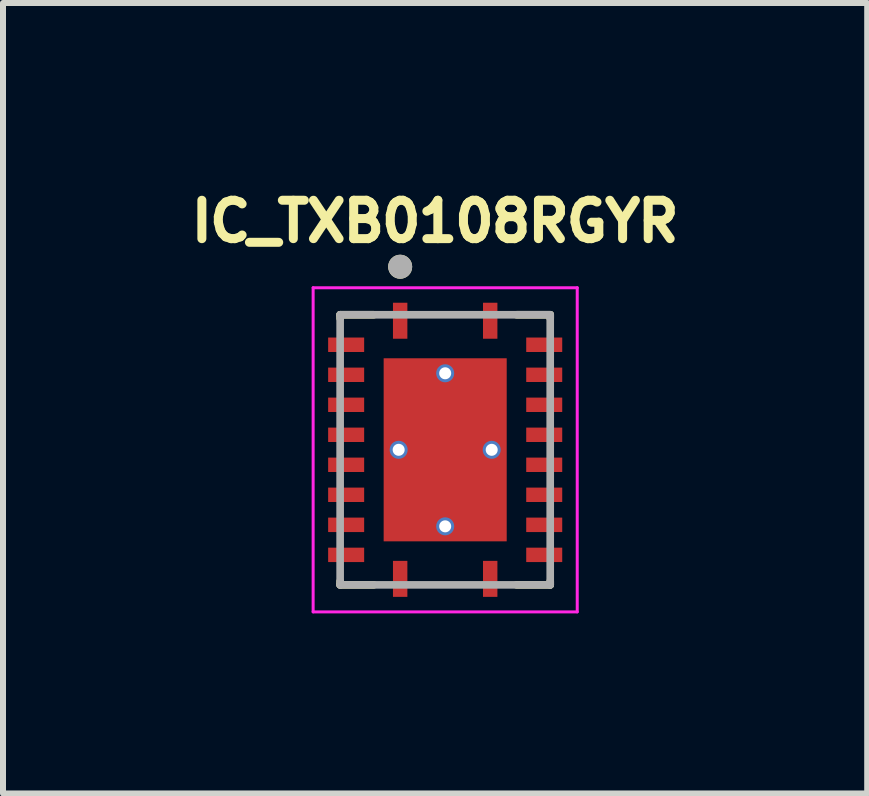
<source format=kicad_pcb>
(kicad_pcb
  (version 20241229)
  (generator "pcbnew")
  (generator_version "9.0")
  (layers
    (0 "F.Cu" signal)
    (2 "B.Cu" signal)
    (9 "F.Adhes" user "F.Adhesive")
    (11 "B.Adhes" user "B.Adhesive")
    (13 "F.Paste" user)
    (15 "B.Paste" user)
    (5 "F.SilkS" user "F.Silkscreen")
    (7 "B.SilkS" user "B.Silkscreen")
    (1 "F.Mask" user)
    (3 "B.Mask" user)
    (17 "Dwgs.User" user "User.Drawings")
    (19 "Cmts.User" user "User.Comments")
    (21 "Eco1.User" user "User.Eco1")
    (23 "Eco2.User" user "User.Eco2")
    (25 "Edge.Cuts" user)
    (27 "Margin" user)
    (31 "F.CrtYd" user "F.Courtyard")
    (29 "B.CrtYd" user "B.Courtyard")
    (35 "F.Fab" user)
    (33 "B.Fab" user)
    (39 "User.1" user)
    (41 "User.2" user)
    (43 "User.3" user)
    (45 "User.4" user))
  (footprint "IC_TXB0108RGYR"
    (layer "F.Cu")
    (at 4.367 4.444)
    (property "Reference" "IC_TXB0108RGYR" (at -0.168 -3.806 0) (layer "F.SilkS") (effects (font (size 0.64 0.64) (thickness 0.15))))
    (attr through_hole)
    (fp_line (start -1.75 -2.19) (end -1.75 -2.25) (stroke (width 0.127) (type solid)) (layer "F.SilkS"))
    (fp_line (start -1.75 2.25) (end -1.75 2.19) (stroke (width 0.127) (type solid)) (layer "F.SilkS"))
    (fp_line (start -1.19 -2.25) (end -1.75 -2.25) (stroke (width 0.127) (type solid)) (layer "F.SilkS"))
    (fp_line (start -1.19 2.25) (end -1.75 2.25) (stroke (width 0.127) (type solid)) (layer "F.SilkS"))
    (fp_line (start 1.75 -2.25) (end 1.19 -2.25) (stroke (width 0.127) (type solid)) (layer "F.SilkS"))
    (fp_line (start 1.75 -2.19) (end 1.75 -2.25) (stroke (width 0.127) (type solid)) (layer "F.SilkS"))
    (fp_line (start 1.75 2.25) (end 1.19 2.25) (stroke (width 0.127) (type solid)) (layer "F.SilkS"))
    (fp_line (start 1.75 2.25) (end 1.75 2.19) (stroke (width 0.127) (type solid)) (layer "F.SilkS"))
    (fp_circle (center -0.75 -3.05) (end -0.65 -3.05) (stroke (width 0.2) (type solid)) (fill no) (layer "F.SilkS"))
    (fp_poly (pts (xy -1.02 -1.435) (xy -0.1 -1.435) (xy -0.1 -0.105) (xy -1.02 -0.105)) (stroke (width 0.01) (type solid)) (fill yes) (layer "F.Paste"))
    (fp_poly (pts (xy -1.02 0.105) (xy -0.1 0.105) (xy -0.1 1.435) (xy -1.02 1.435)) (stroke (width 0.01) (type solid)) (fill yes) (layer "F.Paste"))
    (fp_poly (pts (xy 0.1 -1.435) (xy 1.02 -1.435) (xy 1.02 -0.105) (xy 0.1 -0.105)) (stroke (width 0.01) (type solid)) (fill yes) (layer "F.Paste"))
    (fp_poly (pts (xy 0.1 0.105) (xy 1.02 0.105) (xy 1.02 1.435) (xy 0.1 1.435)) (stroke (width 0.01) (type solid)) (fill yes) (layer "F.Paste"))
    (fp_line (start -2.2 -2.7) (end -2.2 2.7) (stroke (width 0.05) (type solid)) (layer "F.CrtYd"))
    (fp_line (start -2.2 2.7) (end 2.2 2.7) (stroke (width 0.05) (type solid)) (layer "F.CrtYd"))
    (fp_line (start 2.2 -2.7) (end -2.2 -2.7) (stroke (width 0.05) (type solid)) (layer "F.CrtYd"))
    (fp_line (start 2.2 2.7) (end 2.2 -2.7) (stroke (width 0.05) (type solid)) (layer "F.CrtYd"))
    (fp_line (start -1.75 2.25) (end -1.75 -2.25) (stroke (width 0.127) (type solid)) (layer "F.Fab"))
    (fp_line (start 1.75 -2.25) (end -1.75 -2.25) (stroke (width 0.127) (type solid)) (layer "F.Fab"))
    (fp_line (start 1.75 2.25) (end -1.75 2.25) (stroke (width 0.127) (type solid)) (layer "F.Fab"))
    (fp_line (start 1.75 2.25) (end 1.75 -2.25) (stroke (width 0.127) (type solid)) (layer "F.Fab"))
    (fp_circle (center -0.75 -3.05) (end -0.65 -3.05) (stroke (width 0.2) (type solid)) (fill no) (layer "F.Fab"))
    (pad "1" smd roundrect (at -0.75 -2.15) (size 0.24 0.6) (layers "F.Cu" "F.Mask" "F.Paste") (roundrect_rratio 0.01))
    (pad "2" smd roundrect (at -1.65 -1.75) (size 0.6 0.24) (layers "F.Cu" "F.Mask" "F.Paste") (roundrect_rratio 0.01))
    (pad "3" smd roundrect (at -1.65 -1.25) (size 0.6 0.24) (layers "F.Cu" "F.Mask" "F.Paste") (roundrect_rratio 0.01))
    (pad "4" smd roundrect (at -1.65 -0.75) (size 0.6 0.24) (layers "F.Cu" "F.Mask" "F.Paste") (roundrect_rratio 0.01))
    (pad "5" smd roundrect (at -1.65 -0.25) (size 0.6 0.24) (layers "F.Cu" "F.Mask" "F.Paste") (roundrect_rratio 0.01))
    (pad "6" smd roundrect (at -1.65 0.25) (size 0.6 0.24) (layers "F.Cu" "F.Mask" "F.Paste") (roundrect_rratio 0.01))
    (pad "7" smd roundrect (at -1.65 0.75) (size 0.6 0.24) (layers "F.Cu" "F.Mask" "F.Paste") (roundrect_rratio 0.01))
    (pad "8" smd roundrect (at -1.65 1.25) (size 0.6 0.24) (layers "F.Cu" "F.Mask" "F.Paste") (roundrect_rratio 0.01))
    (pad "9" smd roundrect (at -1.65 1.75) (size 0.6 0.24) (layers "F.Cu" "F.Mask" "F.Paste") (roundrect_rratio 0.01))
    (pad "10" smd roundrect (at -0.75 2.15) (size 0.24 0.6) (layers "F.Cu" "F.Mask" "F.Paste") (roundrect_rratio 0.01))
    (pad "11" smd roundrect (at 0.75 2.15) (size 0.24 0.6) (layers "F.Cu" "F.Mask" "F.Paste") (roundrect_rratio 0.01))
    (pad "12" smd roundrect (at 1.65 1.75) (size 0.6 0.24) (layers "F.Cu" "F.Mask" "F.Paste") (roundrect_rratio 0.01))
    (pad "13" smd roundrect (at 1.65 1.25) (size 0.6 0.24) (layers "F.Cu" "F.Mask" "F.Paste") (roundrect_rratio 0.01))
    (pad "14" smd roundrect (at 1.65 0.75) (size 0.6 0.24) (layers "F.Cu" "F.Mask" "F.Paste") (roundrect_rratio 0.01))
    (pad "15" smd roundrect (at 1.65 0.25) (size 0.6 0.24) (layers "F.Cu" "F.Mask" "F.Paste") (roundrect_rratio 0.01))
    (pad "16" smd roundrect (at 1.65 -0.25) (size 0.6 0.24) (layers "F.Cu" "F.Mask" "F.Paste") (roundrect_rratio 0.01))
    (pad "17" smd roundrect (at 1.65 -0.75) (size 0.6 0.24) (layers "F.Cu" "F.Mask" "F.Paste") (roundrect_rratio 0.01))
    (pad "18" smd roundrect (at 1.65 -1.25) (size 0.6 0.24) (layers "F.Cu" "F.Mask" "F.Paste") (roundrect_rratio 0.01))
    (pad "19" smd roundrect (at 1.65 -1.75) (size 0.6 0.24) (layers "F.Cu" "F.Mask" "F.Paste") (roundrect_rratio 0.01))
    (pad "20" smd roundrect (at 0.75 -2.15) (size 0.24 0.6) (layers "F.Cu" "F.Mask" "F.Paste") (roundrect_rratio 0.01))
    (pad "21" smd rect (at 0 0) (size 2.05 3.05) (layers "F.Cu" "F.Mask"))
    (pad "21_1" thru_hole circle (at 0 -1.275) (size 0.3 0.3) (drill 0.2) (layers "*.Cu"))
    (pad "21_2" thru_hole circle (at -0.775 0) (size 0.3 0.3) (drill 0.2) (layers "*.Cu"))
    (pad "21_3" thru_hole circle (at 0.775 0) (size 0.3 0.3) (drill 0.2) (layers "*.Cu"))
    (pad "21_4" thru_hole circle (at 0 1.275) (size 0.3 0.3) (drill 0.2) (layers "*.Cu")))
  (gr_rect
    (start -3 -3)
    (end 11.398 10.169)
    (stroke (width 0.1) (type default))
    (fill no)
    (layer "Edge.Cuts")))
</source>
